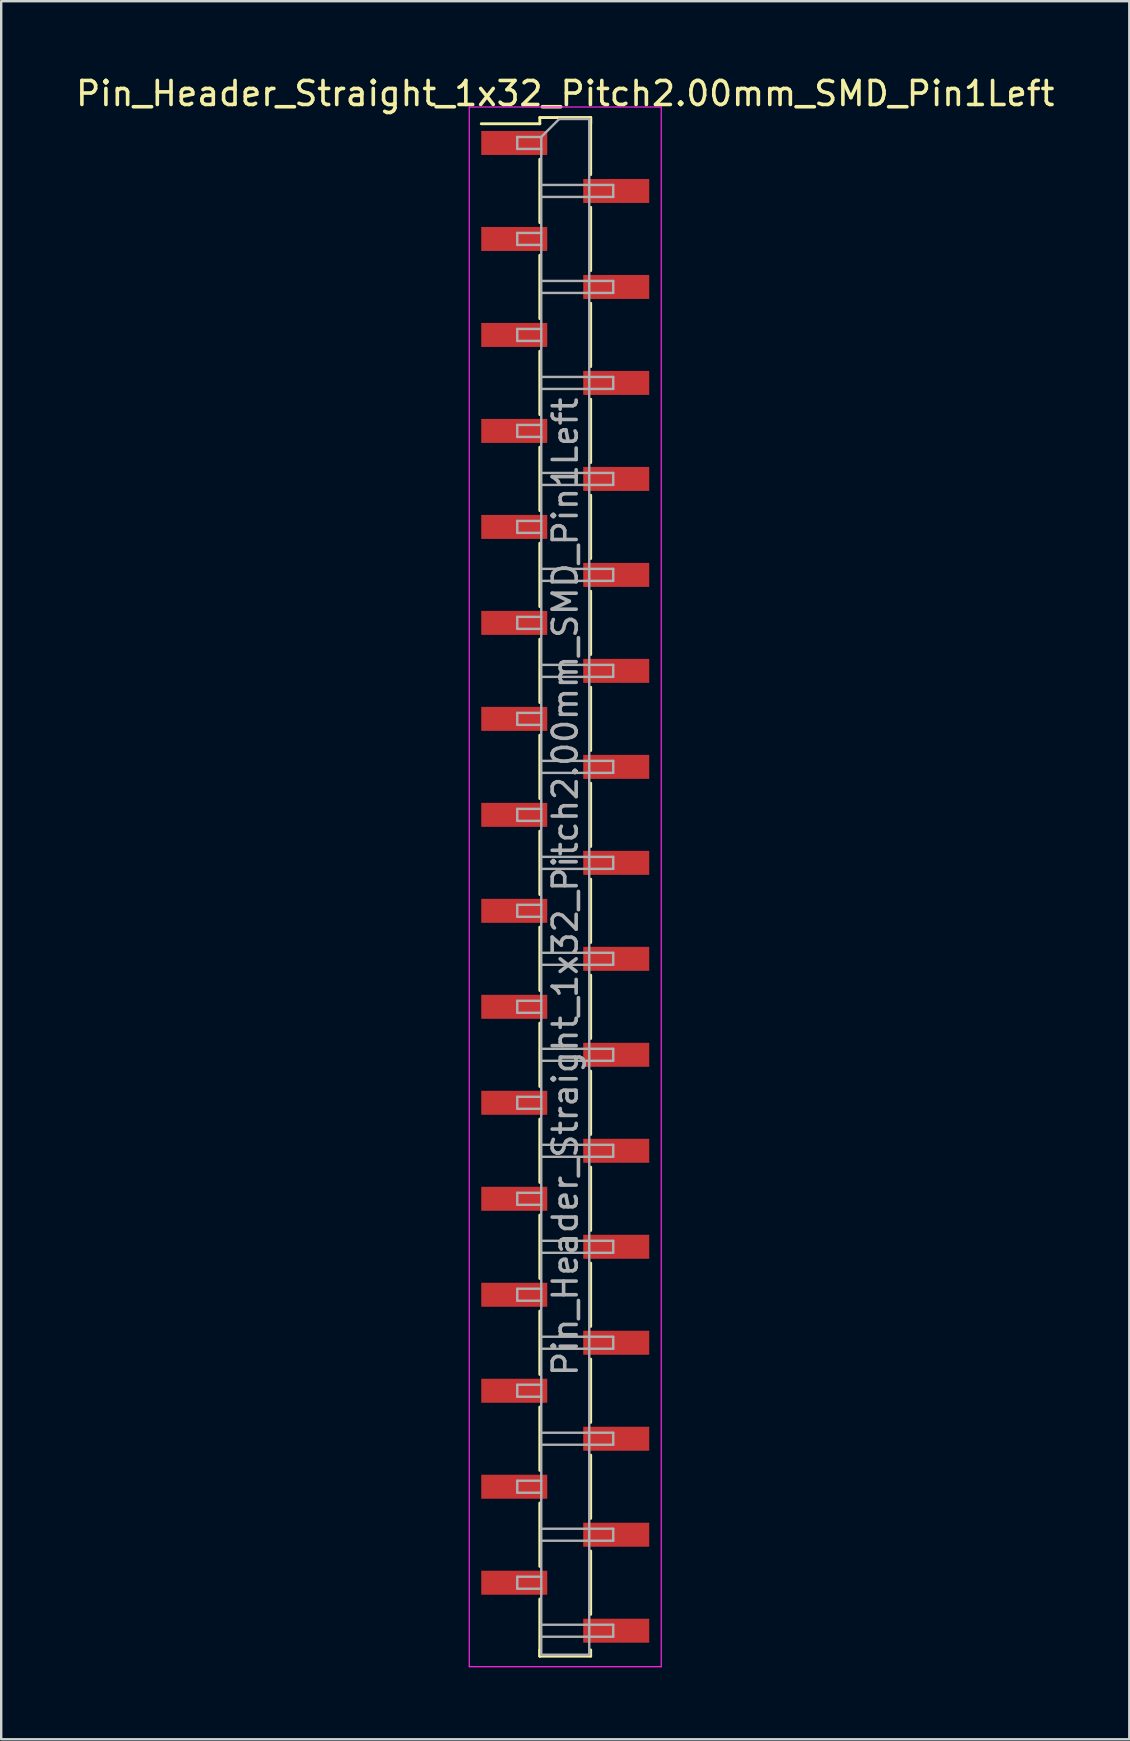
<source format=kicad_pcb>
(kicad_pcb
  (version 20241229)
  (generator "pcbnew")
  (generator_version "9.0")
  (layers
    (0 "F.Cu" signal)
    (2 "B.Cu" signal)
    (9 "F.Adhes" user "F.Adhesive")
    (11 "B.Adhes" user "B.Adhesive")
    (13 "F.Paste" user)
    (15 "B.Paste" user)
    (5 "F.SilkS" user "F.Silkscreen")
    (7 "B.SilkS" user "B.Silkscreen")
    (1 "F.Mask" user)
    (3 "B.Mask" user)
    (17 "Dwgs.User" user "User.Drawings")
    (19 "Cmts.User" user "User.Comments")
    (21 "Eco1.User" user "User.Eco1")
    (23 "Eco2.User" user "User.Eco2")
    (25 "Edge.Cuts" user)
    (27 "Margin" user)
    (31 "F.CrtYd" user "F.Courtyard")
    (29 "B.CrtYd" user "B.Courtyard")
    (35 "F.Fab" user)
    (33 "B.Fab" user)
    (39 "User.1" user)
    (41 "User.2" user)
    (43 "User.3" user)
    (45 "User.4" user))
  (footprint "Pin_Header_Straight_1x32_Pitch2.00mm_SMD_Pin1Left"
    (layer "F.Cu")
    (at 20.506 33.908)
    (property "Reference" "Pin_Header_Straight_1x32_Pitch2.00mm_SMD_Pin1Left" (at 0 -33.06 0) (layer "F.SilkS") (effects (font (size 1 1) (thickness 0.15))))
    (attr smd)
    (fp_line (start -1.06 -32.06) (end 1.06 -32.06) (stroke (width 0.12) (type solid)) (layer "F.SilkS"))
    (fp_line (start -1.06 -31.8) (end -3.5 -31.8) (stroke (width 0.12) (type solid)) (layer "F.SilkS"))
    (fp_line (start -1.06 -31.8) (end -1.06 -32.06) (stroke (width 0.12) (type solid)) (layer "F.SilkS"))
    (fp_line (start -1.06 -30.32) (end -1.06 -27.68) (stroke (width 0.12) (type solid)) (layer "F.SilkS"))
    (fp_line (start -1.06 -26.32) (end -1.06 -23.68) (stroke (width 0.12) (type solid)) (layer "F.SilkS"))
    (fp_line (start -1.06 -22.32) (end -1.06 -19.68) (stroke (width 0.12) (type solid)) (layer "F.SilkS"))
    (fp_line (start -1.06 -18.32) (end -1.06 -15.68) (stroke (width 0.12) (type solid)) (layer "F.SilkS"))
    (fp_line (start -1.06 -14.32) (end -1.06 -11.68) (stroke (width 0.12) (type solid)) (layer "F.SilkS"))
    (fp_line (start -1.06 -10.32) (end -1.06 -7.68) (stroke (width 0.12) (type solid)) (layer "F.SilkS"))
    (fp_line (start -1.06 -6.32) (end -1.06 -3.68) (stroke (width 0.12) (type solid)) (layer "F.SilkS"))
    (fp_line (start -1.06 -2.32) (end -1.06 0.32) (stroke (width 0.12) (type solid)) (layer "F.SilkS"))
    (fp_line (start -1.06 1.68) (end -1.06 4.32) (stroke (width 0.12) (type solid)) (layer "F.SilkS"))
    (fp_line (start -1.06 5.68) (end -1.06 8.32) (stroke (width 0.12) (type solid)) (layer "F.SilkS"))
    (fp_line (start -1.06 9.68) (end -1.06 12.32) (stroke (width 0.12) (type solid)) (layer "F.SilkS"))
    (fp_line (start -1.06 13.68) (end -1.06 16.32) (stroke (width 0.12) (type solid)) (layer "F.SilkS"))
    (fp_line (start -1.06 17.68) (end -1.06 20.32) (stroke (width 0.12) (type solid)) (layer "F.SilkS"))
    (fp_line (start -1.06 21.68) (end -1.06 24.32) (stroke (width 0.12) (type solid)) (layer "F.SilkS"))
    (fp_line (start -1.06 25.68) (end -1.06 28.32) (stroke (width 0.12) (type solid)) (layer "F.SilkS"))
    (fp_line (start -1.06 29.68) (end -1.06 32.06) (stroke (width 0.12) (type solid)) (layer "F.SilkS"))
    (fp_line (start -1.06 31.8) (end -1.06 32.06) (stroke (width 0.12) (type solid)) (layer "F.SilkS"))
    (fp_line (start -1.06 32.06) (end 1.06 32.06) (stroke (width 0.12) (type solid)) (layer "F.SilkS"))
    (fp_line (start 1.06 -32.06) (end 1.06 -31.8) (stroke (width 0.12) (type solid)) (layer "F.SilkS"))
    (fp_line (start 1.06 -32.06) (end 1.06 -29.68) (stroke (width 0.12) (type solid)) (layer "F.SilkS"))
    (fp_line (start 1.06 -28.32) (end 1.06 -25.68) (stroke (width 0.12) (type solid)) (layer "F.SilkS"))
    (fp_line (start 1.06 -24.32) (end 1.06 -21.68) (stroke (width 0.12) (type solid)) (layer "F.SilkS"))
    (fp_line (start 1.06 -20.32) (end 1.06 -17.68) (stroke (width 0.12) (type solid)) (layer "F.SilkS"))
    (fp_line (start 1.06 -16.32) (end 1.06 -13.68) (stroke (width 0.12) (type solid)) (layer "F.SilkS"))
    (fp_line (start 1.06 -12.32) (end 1.06 -9.68) (stroke (width 0.12) (type solid)) (layer "F.SilkS"))
    (fp_line (start 1.06 -8.32) (end 1.06 -5.68) (stroke (width 0.12) (type solid)) (layer "F.SilkS"))
    (fp_line (start 1.06 -4.32) (end 1.06 -1.68) (stroke (width 0.12) (type solid)) (layer "F.SilkS"))
    (fp_line (start 1.06 -0.32) (end 1.06 2.32) (stroke (width 0.12) (type solid)) (layer "F.SilkS"))
    (fp_line (start 1.06 3.68) (end 1.06 6.32) (stroke (width 0.12) (type solid)) (layer "F.SilkS"))
    (fp_line (start 1.06 7.68) (end 1.06 10.32) (stroke (width 0.12) (type solid)) (layer "F.SilkS"))
    (fp_line (start 1.06 11.68) (end 1.06 14.32) (stroke (width 0.12) (type solid)) (layer "F.SilkS"))
    (fp_line (start 1.06 15.68) (end 1.06 18.32) (stroke (width 0.12) (type solid)) (layer "F.SilkS"))
    (fp_line (start 1.06 19.68) (end 1.06 22.32) (stroke (width 0.12) (type solid)) (layer "F.SilkS"))
    (fp_line (start 1.06 23.68) (end 1.06 26.32) (stroke (width 0.12) (type solid)) (layer "F.SilkS"))
    (fp_line (start 1.06 27.68) (end 1.06 30.32) (stroke (width 0.12) (type solid)) (layer "F.SilkS"))
    (fp_line (start 1.06 32.06) (end 1.06 31.8) (stroke (width 0.12) (type solid)) (layer "F.SilkS"))
    (fp_line (start -4 -32.5) (end -4 32.5) (stroke (width 0.05) (type solid)) (layer "F.CrtYd"))
    (fp_line (start -4 32.5) (end 4 32.5) (stroke (width 0.05) (type solid)) (layer "F.CrtYd"))
    (fp_line (start 4 -32.5) (end -4 -32.5) (stroke (width 0.05) (type solid)) (layer "F.CrtYd"))
    (fp_line (start 4 32.5) (end 4 -32.5) (stroke (width 0.05) (type solid)) (layer "F.CrtYd"))
    (fp_line (start -2 -31.25) (end -2 -30.75) (stroke (width 0.1) (type solid)) (layer "F.Fab"))
    (fp_line (start -2 -30.75) (end -1 -30.75) (stroke (width 0.1) (type solid)) (layer "F.Fab"))
    (fp_line (start -2 -27.25) (end -2 -26.75) (stroke (width 0.1) (type solid)) (layer "F.Fab"))
    (fp_line (start -2 -26.75) (end -1 -26.75) (stroke (width 0.1) (type solid)) (layer "F.Fab"))
    (fp_line (start -2 -23.25) (end -2 -22.75) (stroke (width 0.1) (type solid)) (layer "F.Fab"))
    (fp_line (start -2 -22.75) (end -1 -22.75) (stroke (width 0.1) (type solid)) (layer "F.Fab"))
    (fp_line (start -2 -19.25) (end -2 -18.75) (stroke (width 0.1) (type solid)) (layer "F.Fab"))
    (fp_line (start -2 -18.75) (end -1 -18.75) (stroke (width 0.1) (type solid)) (layer "F.Fab"))
    (fp_line (start -2 -15.25) (end -2 -14.75) (stroke (width 0.1) (type solid)) (layer "F.Fab"))
    (fp_line (start -2 -14.75) (end -1 -14.75) (stroke (width 0.1) (type solid)) (layer "F.Fab"))
    (fp_line (start -2 -11.25) (end -2 -10.75) (stroke (width 0.1) (type solid)) (layer "F.Fab"))
    (fp_line (start -2 -10.75) (end -1 -10.75) (stroke (width 0.1) (type solid)) (layer "F.Fab"))
    (fp_line (start -2 -7.25) (end -2 -6.75) (stroke (width 0.1) (type solid)) (layer "F.Fab"))
    (fp_line (start -2 -6.75) (end -1 -6.75) (stroke (width 0.1) (type solid)) (layer "F.Fab"))
    (fp_line (start -2 -3.25) (end -2 -2.75) (stroke (width 0.1) (type solid)) (layer "F.Fab"))
    (fp_line (start -2 -2.75) (end -1 -2.75) (stroke (width 0.1) (type solid)) (layer "F.Fab"))
    (fp_line (start -2 0.75) (end -2 1.25) (stroke (width 0.1) (type solid)) (layer "F.Fab"))
    (fp_line (start -2 1.25) (end -1 1.25) (stroke (width 0.1) (type solid)) (layer "F.Fab"))
    (fp_line (start -2 4.75) (end -2 5.25) (stroke (width 0.1) (type solid)) (layer "F.Fab"))
    (fp_line (start -2 5.25) (end -1 5.25) (stroke (width 0.1) (type solid)) (layer "F.Fab"))
    (fp_line (start -2 8.75) (end -2 9.25) (stroke (width 0.1) (type solid)) (layer "F.Fab"))
    (fp_line (start -2 9.25) (end -1 9.25) (stroke (width 0.1) (type solid)) (layer "F.Fab"))
    (fp_line (start -2 12.75) (end -2 13.25) (stroke (width 0.1) (type solid)) (layer "F.Fab"))
    (fp_line (start -2 13.25) (end -1 13.25) (stroke (width 0.1) (type solid)) (layer "F.Fab"))
    (fp_line (start -2 16.75) (end -2 17.25) (stroke (width 0.1) (type solid)) (layer "F.Fab"))
    (fp_line (start -2 17.25) (end -1 17.25) (stroke (width 0.1) (type solid)) (layer "F.Fab"))
    (fp_line (start -2 20.75) (end -2 21.25) (stroke (width 0.1) (type solid)) (layer "F.Fab"))
    (fp_line (start -2 21.25) (end -1 21.25) (stroke (width 0.1) (type solid)) (layer "F.Fab"))
    (fp_line (start -2 24.75) (end -2 25.25) (stroke (width 0.1) (type solid)) (layer "F.Fab"))
    (fp_line (start -2 25.25) (end -1 25.25) (stroke (width 0.1) (type solid)) (layer "F.Fab"))
    (fp_line (start -2 28.75) (end -2 29.25) (stroke (width 0.1) (type solid)) (layer "F.Fab"))
    (fp_line (start -2 29.25) (end -1 29.25) (stroke (width 0.1) (type solid)) (layer "F.Fab"))
    (fp_line (start -1 -31.25) (end -2 -31.25) (stroke (width 0.1) (type solid)) (layer "F.Fab"))
    (fp_line (start -1 -31.25) (end -0.25 -32) (stroke (width 0.1) (type solid)) (layer "F.Fab"))
    (fp_line (start -1 -29.25) (end 2 -29.25) (stroke (width 0.1) (type solid)) (layer "F.Fab"))
    (fp_line (start -1 -27.25) (end -2 -27.25) (stroke (width 0.1) (type solid)) (layer "F.Fab"))
    (fp_line (start -1 -25.25) (end 2 -25.25) (stroke (width 0.1) (type solid)) (layer "F.Fab"))
    (fp_line (start -1 -23.25) (end -2 -23.25) (stroke (width 0.1) (type solid)) (layer "F.Fab"))
    (fp_line (start -1 -21.25) (end 2 -21.25) (stroke (width 0.1) (type solid)) (layer "F.Fab"))
    (fp_line (start -1 -19.25) (end -2 -19.25) (stroke (width 0.1) (type solid)) (layer "F.Fab"))
    (fp_line (start -1 -17.25) (end 2 -17.25) (stroke (width 0.1) (type solid)) (layer "F.Fab"))
    (fp_line (start -1 -15.25) (end -2 -15.25) (stroke (width 0.1) (type solid)) (layer "F.Fab"))
    (fp_line (start -1 -13.25) (end 2 -13.25) (stroke (width 0.1) (type solid)) (layer "F.Fab"))
    (fp_line (start -1 -11.25) (end -2 -11.25) (stroke (width 0.1) (type solid)) (layer "F.Fab"))
    (fp_line (start -1 -9.25) (end 2 -9.25) (stroke (width 0.1) (type solid)) (layer "F.Fab"))
    (fp_line (start -1 -7.25) (end -2 -7.25) (stroke (width 0.1) (type solid)) (layer "F.Fab"))
    (fp_line (start -1 -5.25) (end 2 -5.25) (stroke (width 0.1) (type solid)) (layer "F.Fab"))
    (fp_line (start -1 -3.25) (end -2 -3.25) (stroke (width 0.1) (type solid)) (layer "F.Fab"))
    (fp_line (start -1 -1.25) (end 2 -1.25) (stroke (width 0.1) (type solid)) (layer "F.Fab"))
    (fp_line (start -1 0.75) (end -2 0.75) (stroke (width 0.1) (type solid)) (layer "F.Fab"))
    (fp_line (start -1 2.75) (end 2 2.75) (stroke (width 0.1) (type solid)) (layer "F.Fab"))
    (fp_line (start -1 4.75) (end -2 4.75) (stroke (width 0.1) (type solid)) (layer "F.Fab"))
    (fp_line (start -1 6.75) (end 2 6.75) (stroke (width 0.1) (type solid)) (layer "F.Fab"))
    (fp_line (start -1 8.75) (end -2 8.75) (stroke (width 0.1) (type solid)) (layer "F.Fab"))
    (fp_line (start -1 10.75) (end 2 10.75) (stroke (width 0.1) (type solid)) (layer "F.Fab"))
    (fp_line (start -1 12.75) (end -2 12.75) (stroke (width 0.1) (type solid)) (layer "F.Fab"))
    (fp_line (start -1 14.75) (end 2 14.75) (stroke (width 0.1) (type solid)) (layer "F.Fab"))
    (fp_line (start -1 16.75) (end -2 16.75) (stroke (width 0.1) (type solid)) (layer "F.Fab"))
    (fp_line (start -1 18.75) (end 2 18.75) (stroke (width 0.1) (type solid)) (layer "F.Fab"))
    (fp_line (start -1 20.75) (end -2 20.75) (stroke (width 0.1) (type solid)) (layer "F.Fab"))
    (fp_line (start -1 22.75) (end 2 22.75) (stroke (width 0.1) (type solid)) (layer "F.Fab"))
    (fp_line (start -1 24.75) (end -2 24.75) (stroke (width 0.1) (type solid)) (layer "F.Fab"))
    (fp_line (start -1 26.75) (end 2 26.75) (stroke (width 0.1) (type solid)) (layer "F.Fab"))
    (fp_line (start -1 28.75) (end -2 28.75) (stroke (width 0.1) (type solid)) (layer "F.Fab"))
    (fp_line (start -1 30.75) (end 2 30.75) (stroke (width 0.1) (type solid)) (layer "F.Fab"))
    (fp_line (start -1 32) (end -1 -31.25) (stroke (width 0.1) (type solid)) (layer "F.Fab"))
    (fp_line (start -0.25 -32) (end 1 -32) (stroke (width 0.1) (type solid)) (layer "F.Fab"))
    (fp_line (start 1 -32) (end 1 32) (stroke (width 0.1) (type solid)) (layer "F.Fab"))
    (fp_line (start 1 32) (end -1 32) (stroke (width 0.1) (type solid)) (layer "F.Fab"))
    (fp_line (start 2 -29.25) (end 2 -28.75) (stroke (width 0.1) (type solid)) (layer "F.Fab"))
    (fp_line (start 2 -28.75) (end -1 -28.75) (stroke (width 0.1) (type solid)) (layer "F.Fab"))
    (fp_line (start 2 -25.25) (end 2 -24.75) (stroke (width 0.1) (type solid)) (layer "F.Fab"))
    (fp_line (start 2 -24.75) (end -1 -24.75) (stroke (width 0.1) (type solid)) (layer "F.Fab"))
    (fp_line (start 2 -21.25) (end 2 -20.75) (stroke (width 0.1) (type solid)) (layer "F.Fab"))
    (fp_line (start 2 -20.75) (end -1 -20.75) (stroke (width 0.1) (type solid)) (layer "F.Fab"))
    (fp_line (start 2 -17.25) (end 2 -16.75) (stroke (width 0.1) (type solid)) (layer "F.Fab"))
    (fp_line (start 2 -16.75) (end -1 -16.75) (stroke (width 0.1) (type solid)) (layer "F.Fab"))
    (fp_line (start 2 -13.25) (end 2 -12.75) (stroke (width 0.1) (type solid)) (layer "F.Fab"))
    (fp_line (start 2 -12.75) (end -1 -12.75) (stroke (width 0.1) (type solid)) (layer "F.Fab"))
    (fp_line (start 2 -9.25) (end 2 -8.75) (stroke (width 0.1) (type solid)) (layer "F.Fab"))
    (fp_line (start 2 -8.75) (end -1 -8.75) (stroke (width 0.1) (type solid)) (layer "F.Fab"))
    (fp_line (start 2 -5.25) (end 2 -4.75) (stroke (width 0.1) (type solid)) (layer "F.Fab"))
    (fp_line (start 2 -4.75) (end -1 -4.75) (stroke (width 0.1) (type solid)) (layer "F.Fab"))
    (fp_line (start 2 -1.25) (end 2 -0.75) (stroke (width 0.1) (type solid)) (layer "F.Fab"))
    (fp_line (start 2 -0.75) (end -1 -0.75) (stroke (width 0.1) (type solid)) (layer "F.Fab"))
    (fp_line (start 2 2.75) (end 2 3.25) (stroke (width 0.1) (type solid)) (layer "F.Fab"))
    (fp_line (start 2 3.25) (end -1 3.25) (stroke (width 0.1) (type solid)) (layer "F.Fab"))
    (fp_line (start 2 6.75) (end 2 7.25) (stroke (width 0.1) (type solid)) (layer "F.Fab"))
    (fp_line (start 2 7.25) (end -1 7.25) (stroke (width 0.1) (type solid)) (layer "F.Fab"))
    (fp_line (start 2 10.75) (end 2 11.25) (stroke (width 0.1) (type solid)) (layer "F.Fab"))
    (fp_line (start 2 11.25) (end -1 11.25) (stroke (width 0.1) (type solid)) (layer "F.Fab"))
    (fp_line (start 2 14.75) (end 2 15.25) (stroke (width 0.1) (type solid)) (layer "F.Fab"))
    (fp_line (start 2 15.25) (end -1 15.25) (stroke (width 0.1) (type solid)) (layer "F.Fab"))
    (fp_line (start 2 18.75) (end 2 19.25) (stroke (width 0.1) (type solid)) (layer "F.Fab"))
    (fp_line (start 2 19.25) (end -1 19.25) (stroke (width 0.1) (type solid)) (layer "F.Fab"))
    (fp_line (start 2 22.75) (end 2 23.25) (stroke (width 0.1) (type solid)) (layer "F.Fab"))
    (fp_line (start 2 23.25) (end -1 23.25) (stroke (width 0.1) (type solid)) (layer "F.Fab"))
    (fp_line (start 2 26.75) (end 2 27.25) (stroke (width 0.1) (type solid)) (layer "F.Fab"))
    (fp_line (start 2 27.25) (end -1 27.25) (stroke (width 0.1) (type solid)) (layer "F.Fab"))
    (fp_line (start 2 30.75) (end 2 31.25) (stroke (width 0.1) (type solid)) (layer "F.Fab"))
    (fp_line (start 2 31.25) (end -1 31.25) (stroke (width 0.1) (type solid)) (layer "F.Fab"))
    (fp_text user "${REFERENCE}" (at 0 0 90) (layer "F.Fab") (effects (font (size 1 1) (thickness 0.15))))
    (pad "1" smd rect (at -2.125 -31) (size 2.75 1) (layers "F.Cu" "F.Mask"))
    (pad "2" smd rect (at 2.125 -29) (size 2.75 1) (layers "F.Cu" "F.Mask"))
    (pad "3" smd rect (at -2.125 -27) (size 2.75 1) (layers "F.Cu" "F.Mask"))
    (pad "4" smd rect (at 2.125 -25) (size 2.75 1) (layers "F.Cu" "F.Mask"))
    (pad "5" smd rect (at -2.125 -23) (size 2.75 1) (layers "F.Cu" "F.Mask"))
    (pad "6" smd rect (at 2.125 -21) (size 2.75 1) (layers "F.Cu" "F.Mask"))
    (pad "7" smd rect (at -2.125 -19) (size 2.75 1) (layers "F.Cu" "F.Mask"))
    (pad "8" smd rect (at 2.125 -17) (size 2.75 1) (layers "F.Cu" "F.Mask"))
    (pad "9" smd rect (at -2.125 -15) (size 2.75 1) (layers "F.Cu" "F.Mask"))
    (pad "10" smd rect (at 2.125 -13) (size 2.75 1) (layers "F.Cu" "F.Mask"))
    (pad "11" smd rect (at -2.125 -11) (size 2.75 1) (layers "F.Cu" "F.Mask"))
    (pad "12" smd rect (at 2.125 -9) (size 2.75 1) (layers "F.Cu" "F.Mask"))
    (pad "13" smd rect (at -2.125 -7) (size 2.75 1) (layers "F.Cu" "F.Mask"))
    (pad "14" smd rect (at 2.125 -5) (size 2.75 1) (layers "F.Cu" "F.Mask"))
    (pad "15" smd rect (at -2.125 -3) (size 2.75 1) (layers "F.Cu" "F.Mask"))
    (pad "16" smd rect (at 2.125 -1) (size 2.75 1) (layers "F.Cu" "F.Mask"))
    (pad "17" smd rect (at -2.125 1) (size 2.75 1) (layers "F.Cu" "F.Mask"))
    (pad "18" smd rect (at 2.125 3) (size 2.75 1) (layers "F.Cu" "F.Mask"))
    (pad "19" smd rect (at -2.125 5) (size 2.75 1) (layers "F.Cu" "F.Mask"))
    (pad "20" smd rect (at 2.125 7) (size 2.75 1) (layers "F.Cu" "F.Mask"))
    (pad "21" smd rect (at -2.125 9) (size 2.75 1) (layers "F.Cu" "F.Mask"))
    (pad "22" smd rect (at 2.125 11) (size 2.75 1) (layers "F.Cu" "F.Mask"))
    (pad "23" smd rect (at -2.125 13) (size 2.75 1) (layers "F.Cu" "F.Mask"))
    (pad "24" smd rect (at 2.125 15) (size 2.75 1) (layers "F.Cu" "F.Mask"))
    (pad "25" smd rect (at -2.125 17) (size 2.75 1) (layers "F.Cu" "F.Mask"))
    (pad "26" smd rect (at 2.125 19) (size 2.75 1) (layers "F.Cu" "F.Mask"))
    (pad "27" smd rect (at -2.125 21) (size 2.75 1) (layers "F.Cu" "F.Mask"))
    (pad "28" smd rect (at 2.125 23) (size 2.75 1) (layers "F.Cu" "F.Mask"))
    (pad "29" smd rect (at -2.125 25) (size 2.75 1) (layers "F.Cu" "F.Mask"))
    (pad "30" smd rect (at 2.125 27) (size 2.75 1) (layers "F.Cu" "F.Mask"))
    (pad "31" smd rect (at -2.125 29) (size 2.75 1) (layers "F.Cu" "F.Mask"))
    (pad "32" smd rect (at 2.125 31) (size 2.75 1) (layers "F.Cu" "F.Mask")))
  (gr_rect
    (start -3 -3)
    (end 44.012 69.433)
    (stroke (width 0.1) (type default))
    (fill no)
    (layer "Edge.Cuts")))
</source>
